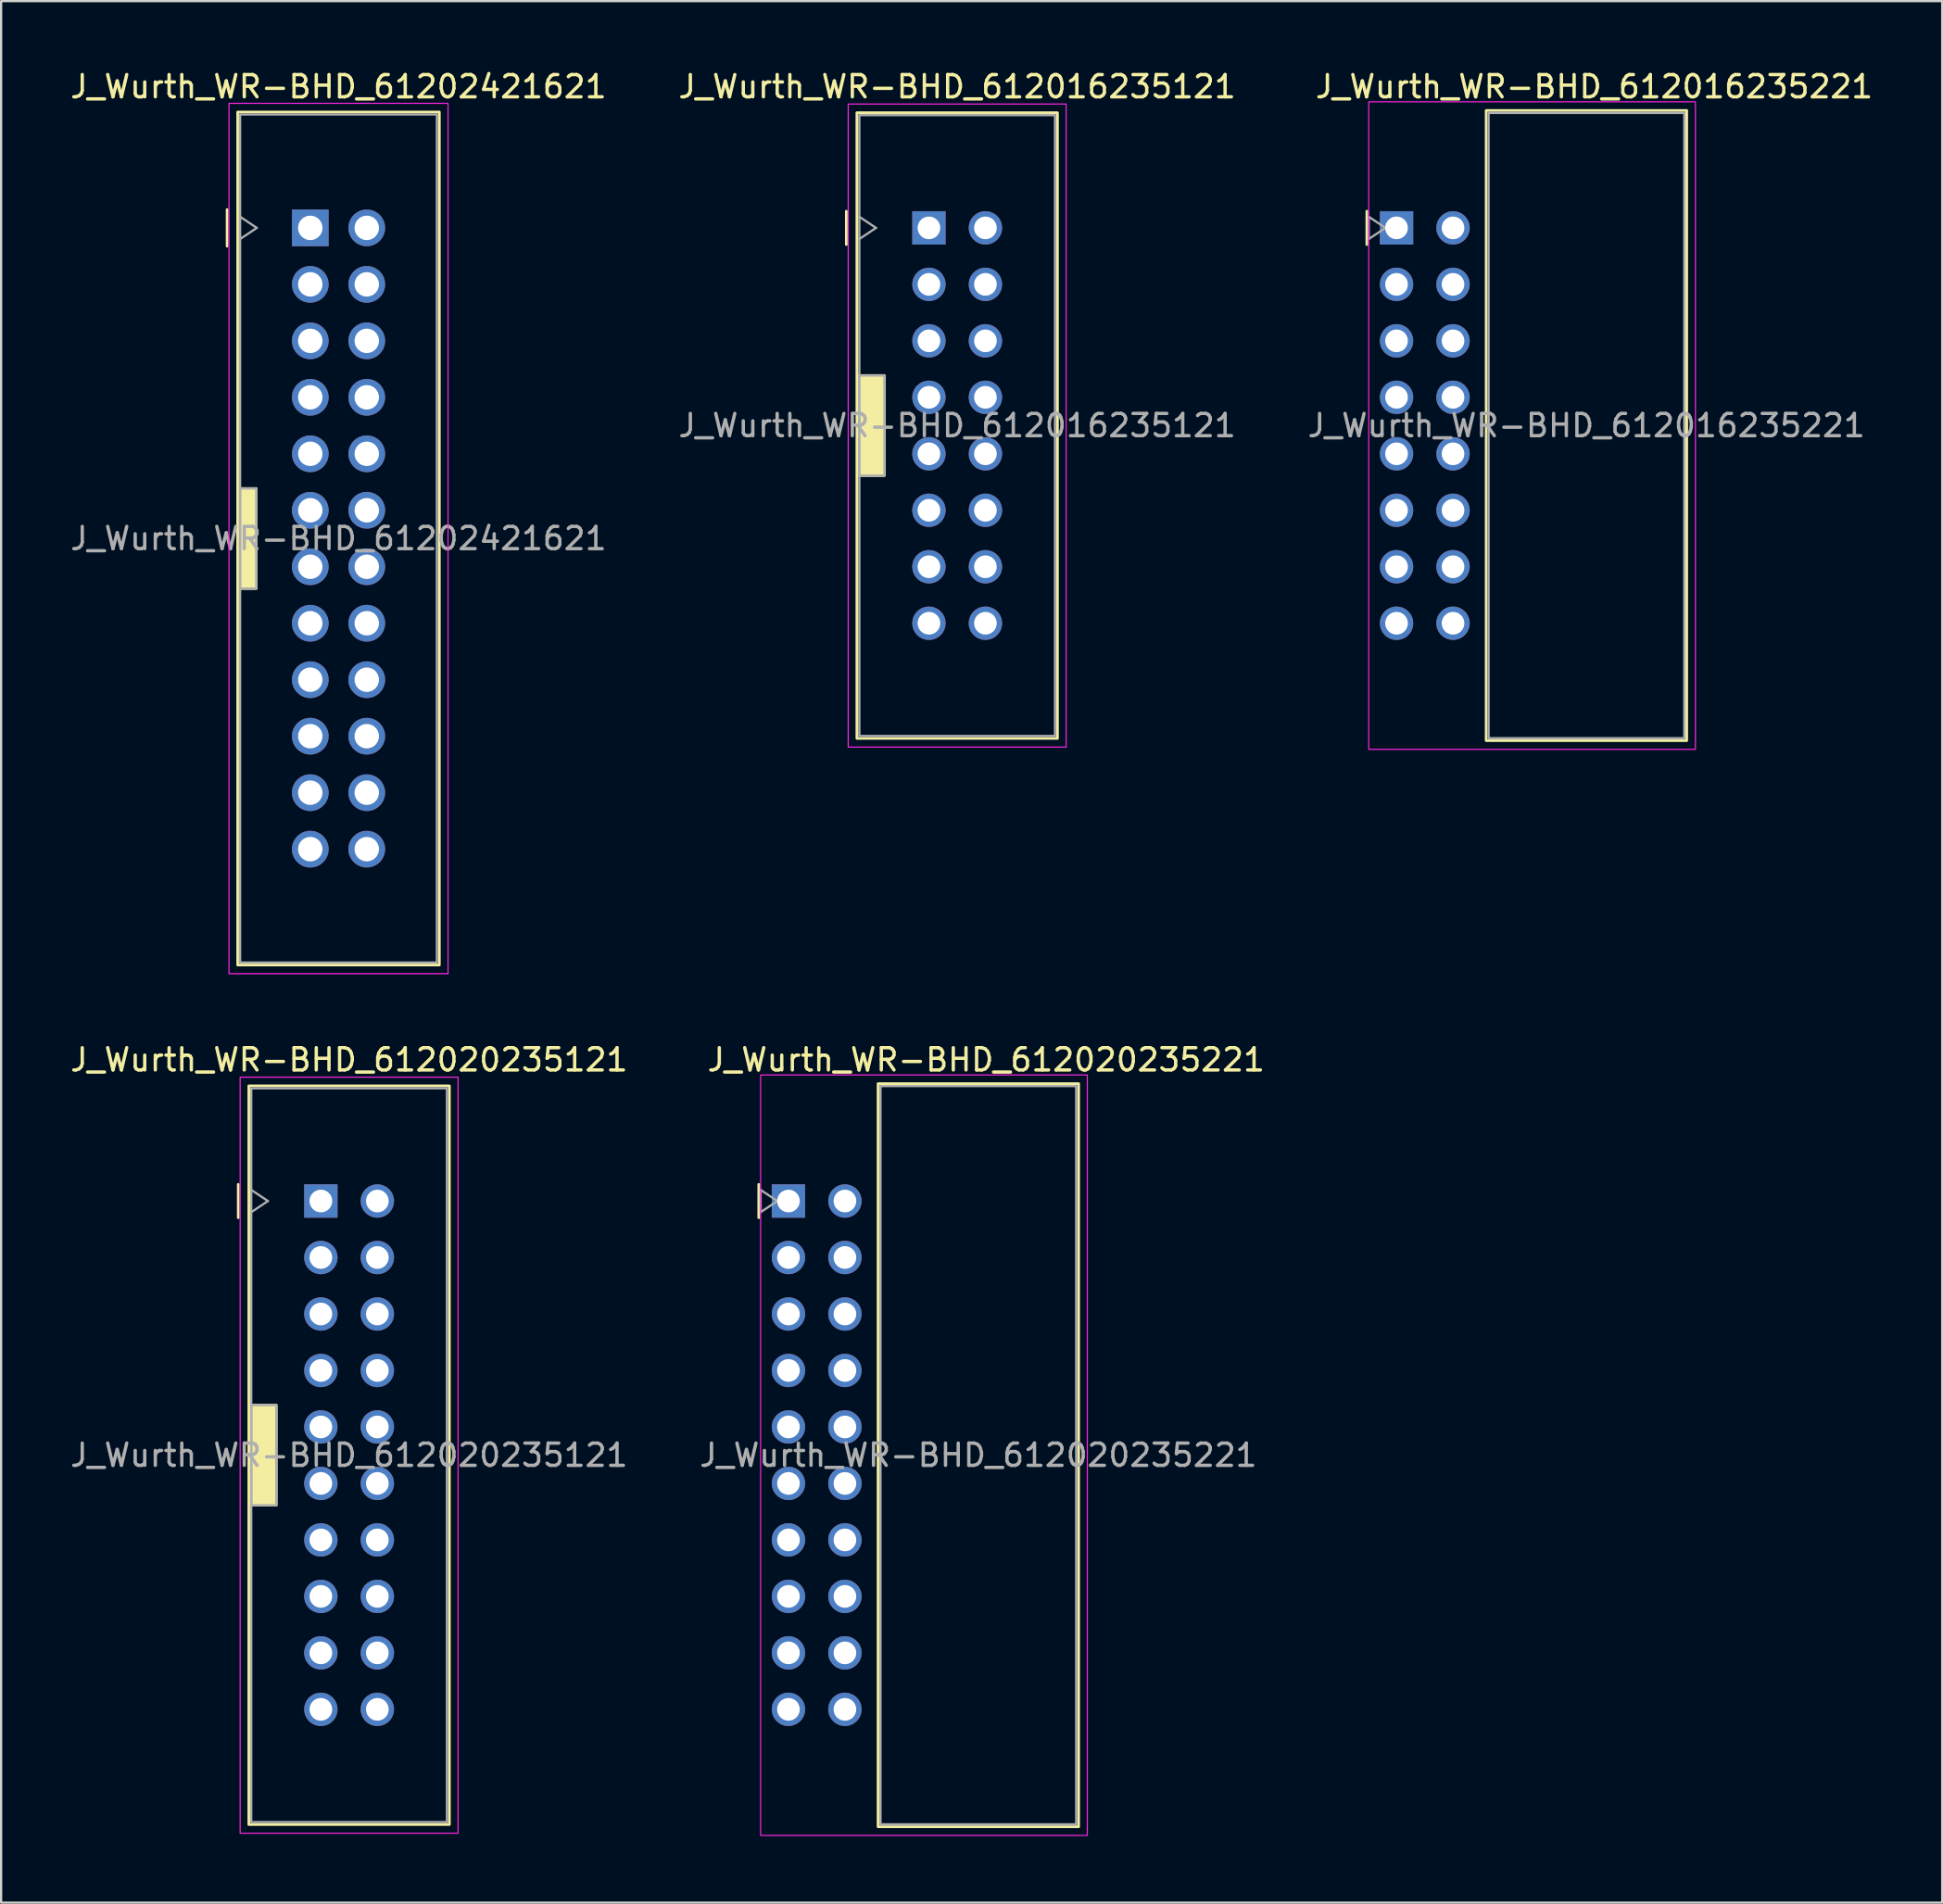
<source format=kicad_pcb>
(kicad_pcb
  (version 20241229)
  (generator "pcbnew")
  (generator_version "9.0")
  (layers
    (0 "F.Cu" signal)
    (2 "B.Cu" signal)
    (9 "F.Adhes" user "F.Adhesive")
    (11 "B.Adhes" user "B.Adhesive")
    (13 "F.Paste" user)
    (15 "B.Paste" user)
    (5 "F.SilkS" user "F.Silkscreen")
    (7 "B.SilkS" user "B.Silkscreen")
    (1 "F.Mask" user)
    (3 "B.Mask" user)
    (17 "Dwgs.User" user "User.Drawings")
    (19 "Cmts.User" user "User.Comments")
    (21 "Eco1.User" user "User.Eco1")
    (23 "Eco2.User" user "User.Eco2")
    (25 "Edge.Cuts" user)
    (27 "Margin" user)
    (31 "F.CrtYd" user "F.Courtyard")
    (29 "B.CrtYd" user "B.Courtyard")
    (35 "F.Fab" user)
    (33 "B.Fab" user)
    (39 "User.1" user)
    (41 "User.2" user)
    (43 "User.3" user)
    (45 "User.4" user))
  (footprint "J_Wurth_WR-BHD_612020235221"
    (layer "F.Cu")
    (at 32.406 50.962)
    (property "Reference" "J_Wurth_WR-BHD_612020235221" (at 8.89 -6.35 0) (unlocked yes) (layer "F.SilkS") (effects (font (size 1 1) (thickness 0.15))))
    (attr through_hole)
    (fp_line (start -1.335 0.75) (end -1.335 -0.75) (stroke (width 0.12) (type solid)) (layer "F.SilkS"))
    (fp_rect (start 4.03 -5.28) (end 13.05 28.14) (stroke (width 0.12) (type solid)) (fill no) (layer "F.SilkS"))
    (fp_rect (start -1.25 -5.67) (end 13.44 28.53) (stroke (width 0.05) (type solid)) (fill no) (layer "F.CrtYd"))
    (fp_line (start -1.25 0.5) (end -1.25 -0.5) (stroke (width 0.1) (type default)) (layer "F.Fab"))
    (fp_line (start -0.5 0) (end -1.25 -0.5) (stroke (width 0.1) (type solid)) (layer "F.Fab"))
    (fp_line (start -0.5 0) (end -1.25 0.5) (stroke (width 0.1) (type solid)) (layer "F.Fab"))
    (fp_rect (start 4.14 -5.17) (end 12.94 28.03) (stroke (width 0.1) (type solid)) (fill no) (layer "F.Fab"))
    (fp_text user "${REFERENCE}" (at 8.54 11.43 0) (unlocked yes) (layer "F.Fab") (effects (font (size 1 1) (thickness 0.15))))
    (pad "1" thru_hole rect (at 0 0 90) (size 1.5 1.5) (drill 1.02) (layers "*.Cu" "*.Mask"))
    (pad "2" thru_hole circle (at 2.54 0 90) (size 1.5 1.5) (drill 1.02) (layers "*.Cu" "*.Mask"))
    (pad "3" thru_hole circle (at 0 2.54 90) (size 1.5 1.5) (drill 1.02) (layers "*.Cu" "*.Mask"))
    (pad "4" thru_hole circle (at 2.54 2.54 90) (size 1.5 1.5) (drill 1.02) (layers "*.Cu" "*.Mask"))
    (pad "5" thru_hole circle (at 0 5.08 90) (size 1.5 1.5) (drill 1.02) (layers "*.Cu" "*.Mask"))
    (pad "6" thru_hole circle (at 2.54 5.08 90) (size 1.5 1.5) (drill 1.02) (layers "*.Cu" "*.Mask"))
    (pad "7" thru_hole circle (at 0 7.62 90) (size 1.5 1.5) (drill 1.02) (layers "*.Cu" "*.Mask"))
    (pad "8" thru_hole circle (at 2.54 7.62 90) (size 1.5 1.5) (drill 1.02) (layers "*.Cu" "*.Mask"))
    (pad "9" thru_hole circle (at 0 10.16 90) (size 1.5 1.5) (drill 1.02) (layers "*.Cu" "*.Mask"))
    (pad "10" thru_hole circle (at 2.54 10.16 90) (size 1.5 1.5) (drill 1.02) (layers "*.Cu" "*.Mask"))
    (pad "11" thru_hole circle (at 0 12.7 90) (size 1.5 1.5) (drill 1.02) (layers "*.Cu" "*.Mask"))
    (pad "12" thru_hole circle (at 2.54 12.7 90) (size 1.5 1.5) (drill 1.02) (layers "*.Cu" "*.Mask"))
    (pad "13" thru_hole circle (at 0 15.24 90) (size 1.5 1.5) (drill 1.02) (layers "*.Cu" "*.Mask"))
    (pad "14" thru_hole circle (at 2.54 15.24 90) (size 1.5 1.5) (drill 1.02) (layers "*.Cu" "*.Mask"))
    (pad "15" thru_hole circle (at 0 17.78 90) (size 1.5 1.5) (drill 1.02) (layers "*.Cu" "*.Mask"))
    (pad "16" thru_hole circle (at 2.54 17.78 90) (size 1.5 1.5) (drill 1.02) (layers "*.Cu" "*.Mask"))
    (pad "17" thru_hole circle (at 0 20.32 90) (size 1.5 1.5) (drill 1.02) (layers "*.Cu" "*.Mask"))
    (pad "18" thru_hole circle (at 2.54 20.32 90) (size 1.5 1.5) (drill 1.02) (layers "*.Cu" "*.Mask"))
    (pad "19" thru_hole circle (at 0 22.86 90) (size 1.5 1.5) (drill 1.02) (layers "*.Cu" "*.Mask"))
    (pad "20" thru_hole circle (at 2.54 22.86 90) (size 1.5 1.5) (drill 1.02) (layers "*.Cu" "*.Mask")))
  (footprint "J_Wurth_WR-BHD_612016235221"
    (layer "F.Cu")
    (at 59.752 7.198)
    (property "Reference" "J_Wurth_WR-BHD_612016235221" (at 8.89 -6.35 0) (unlocked yes) (layer "F.SilkS") (effects (font (size 1 1) (thickness 0.15))))
    (attr through_hole)
    (fp_line (start -1.335 0.75) (end -1.335 -0.75) (stroke (width 0.12) (type solid)) (layer "F.SilkS"))
    (fp_rect (start 4.03 -5.28) (end 13.05 23.06) (stroke (width 0.12) (type solid)) (fill no) (layer "F.SilkS"))
    (fp_rect (start -1.25 -5.67) (end 13.44 23.45) (stroke (width 0.05) (type solid)) (fill no) (layer "F.CrtYd"))
    (fp_line (start -1.25 0.5) (end -1.25 -0.5) (stroke (width 0.1) (type default)) (layer "F.Fab"))
    (fp_line (start -0.5 0) (end -1.25 -0.5) (stroke (width 0.1) (type solid)) (layer "F.Fab"))
    (fp_line (start -0.5 0) (end -1.25 0.5) (stroke (width 0.1) (type solid)) (layer "F.Fab"))
    (fp_rect (start 4.14 -5.17) (end 12.94 22.95) (stroke (width 0.1) (type solid)) (fill no) (layer "F.Fab"))
    (fp_text user "${REFERENCE}" (at 8.54 8.89 0) (unlocked yes) (layer "F.Fab") (effects (font (size 1 1) (thickness 0.15))))
    (pad "1" thru_hole rect (at 0 0 90) (size 1.5 1.5) (drill 1.02) (layers "*.Cu" "*.Mask"))
    (pad "2" thru_hole circle (at 2.54 0 90) (size 1.5 1.5) (drill 1.02) (layers "*.Cu" "*.Mask"))
    (pad "3" thru_hole circle (at 0 2.54 90) (size 1.5 1.5) (drill 1.02) (layers "*.Cu" "*.Mask"))
    (pad "4" thru_hole circle (at 2.54 2.54 90) (size 1.5 1.5) (drill 1.02) (layers "*.Cu" "*.Mask"))
    (pad "5" thru_hole circle (at 0 5.08 90) (size 1.5 1.5) (drill 1.02) (layers "*.Cu" "*.Mask"))
    (pad "6" thru_hole circle (at 2.54 5.08 90) (size 1.5 1.5) (drill 1.02) (layers "*.Cu" "*.Mask"))
    (pad "7" thru_hole circle (at 0 7.62 90) (size 1.5 1.5) (drill 1.02) (layers "*.Cu" "*.Mask"))
    (pad "8" thru_hole circle (at 2.54 7.62 90) (size 1.5 1.5) (drill 1.02) (layers "*.Cu" "*.Mask"))
    (pad "9" thru_hole circle (at 0 10.16 90) (size 1.5 1.5) (drill 1.02) (layers "*.Cu" "*.Mask"))
    (pad "10" thru_hole circle (at 2.54 10.16 90) (size 1.5 1.5) (drill 1.02) (layers "*.Cu" "*.Mask"))
    (pad "11" thru_hole circle (at 0 12.7 90) (size 1.5 1.5) (drill 1.02) (layers "*.Cu" "*.Mask"))
    (pad "12" thru_hole circle (at 2.54 12.7 90) (size 1.5 1.5) (drill 1.02) (layers "*.Cu" "*.Mask"))
    (pad "13" thru_hole circle (at 0 15.24 90) (size 1.5 1.5) (drill 1.02) (layers "*.Cu" "*.Mask"))
    (pad "14" thru_hole circle (at 2.54 15.24 90) (size 1.5 1.5) (drill 1.02) (layers "*.Cu" "*.Mask"))
    (pad "15" thru_hole circle (at 0 17.78 90) (size 1.5 1.5) (drill 1.02) (layers "*.Cu" "*.Mask"))
    (pad "16" thru_hole circle (at 2.54 17.78 90) (size 1.5 1.5) (drill 1.02) (layers "*.Cu" "*.Mask")))
  (footprint "J_Wurth_WR-BHD_612016235121"
    (layer "F.Cu")
    (at 38.724 7.198)
    (property "Reference" "J_Wurth_WR-BHD_612016235121" (at 1.27 -6.35 0) (unlocked yes) (layer "F.SilkS") (effects (font (size 1 1) (thickness 0.15))))
    (attr through_hole)
    (fp_line (start -3.715 -0.75) (end -3.715 0.75) (stroke (width 0.12) (type solid)) (layer "F.SilkS"))
    (fp_rect (start -3.24 -5.18) (end 5.78 22.96) (stroke (width 0.12) (type solid)) (fill no) (layer "F.SilkS"))
    (fp_rect (start -3.205 6.64) (end -2.005 11.14) (stroke (width 0.12) (type solid)) (fill yes) (layer "F.SilkS"))
    (fp_rect (start -3.63 -5.57) (end 6.17 23.35) (stroke (width 0.05) (type solid)) (fill no) (layer "F.CrtYd"))
    (fp_line (start -2.38 0) (end -3.13 -0.5) (stroke (width 0.1) (type solid)) (layer "F.Fab"))
    (fp_line (start -2.38 0) (end -3.13 0.5) (stroke (width 0.1) (type solid)) (layer "F.Fab"))
    (fp_rect (start -3.13 -5.07) (end 5.67 22.85) (stroke (width 0.1) (type solid)) (fill no) (layer "F.Fab"))
    (fp_rect (start -3.13 6.64) (end -2.005 11.14) (stroke (width 0.1) (type solid)) (fill no) (layer "F.Fab"))
    (fp_text user "${REFERENCE}" (at 1.27 8.89 0) (unlocked yes) (layer "F.Fab") (effects (font (size 1 1) (thickness 0.15))))
    (pad "1" thru_hole rect (at 0 0 270) (size 1.5 1.5) (drill 1.02) (layers "*.Cu" "*.Mask"))
    (pad "2" thru_hole circle (at 2.54 0 270) (size 1.5 1.5) (drill 1.02) (layers "*.Cu" "*.Mask"))
    (pad "3" thru_hole circle (at 0 2.54 270) (size 1.5 1.5) (drill 1.02) (layers "*.Cu" "*.Mask"))
    (pad "4" thru_hole circle (at 2.54 2.54 270) (size 1.5 1.5) (drill 1.02) (layers "*.Cu" "*.Mask"))
    (pad "5" thru_hole circle (at 0 5.08 270) (size 1.5 1.5) (drill 1.02) (layers "*.Cu" "*.Mask"))
    (pad "6" thru_hole circle (at 2.54 5.08 270) (size 1.5 1.5) (drill 1.02) (layers "*.Cu" "*.Mask"))
    (pad "7" thru_hole circle (at 0 7.62 270) (size 1.5 1.5) (drill 1.02) (layers "*.Cu" "*.Mask"))
    (pad "8" thru_hole circle (at 2.54 7.62 270) (size 1.5 1.5) (drill 1.02) (layers "*.Cu" "*.Mask"))
    (pad "9" thru_hole circle (at 0 10.16 270) (size 1.5 1.5) (drill 1.02) (layers "*.Cu" "*.Mask"))
    (pad "10" thru_hole circle (at 2.54 10.16 270) (size 1.5 1.5) (drill 1.02) (layers "*.Cu" "*.Mask"))
    (pad "11" thru_hole circle (at 0 12.7 270) (size 1.5 1.5) (drill 1.02) (layers "*.Cu" "*.Mask"))
    (pad "12" thru_hole circle (at 2.54 12.7 270) (size 1.5 1.5) (drill 1.02) (layers "*.Cu" "*.Mask"))
    (pad "13" thru_hole circle (at 0 15.24 270) (size 1.5 1.5) (drill 1.02) (layers "*.Cu" "*.Mask"))
    (pad "14" thru_hole circle (at 2.54 15.24 270) (size 1.5 1.5) (drill 1.02) (layers "*.Cu" "*.Mask"))
    (pad "15" thru_hole circle (at 0 17.78 270) (size 1.5 1.5) (drill 1.02) (layers "*.Cu" "*.Mask"))
    (pad "16" thru_hole circle (at 2.54 17.78 270) (size 1.5 1.5) (drill 1.02) (layers "*.Cu" "*.Mask")))
  (footprint "J_Wurth_WR-BHD_61202421621"
    (layer "F.Cu")
    (at 10.903 7.198)
    (property "Reference" "J_Wurth_WR-BHD_61202421621" (at 1.27 -6.35 0) (unlocked yes) (layer "F.SilkS") (effects (font (size 1 1) (thickness 0.15))))
    (attr through_hole)
    (fp_line (start -3.74 -0.825) (end -3.74 0.825) (stroke (width 0.12) (type solid)) (layer "F.SilkS"))
    (fp_rect (start -3.265 -5.21) (end 5.805 33.15) (stroke (width 0.12) (type solid)) (fill no) (layer "F.SilkS"))
    (fp_rect (start -3.155 11.72) (end -2.43 16.22) (stroke (width 0.12) (type solid)) (fill yes) (layer "F.SilkS"))
    (fp_rect (start -3.655 -5.6) (end 6.195 33.54) (stroke (width 0.05) (type solid)) (fill no) (layer "F.CrtYd"))
    (fp_line (start -2.405 0) (end -3.155 -0.5) (stroke (width 0.1) (type solid)) (layer "F.Fab"))
    (fp_line (start -2.405 0) (end -3.155 0.5) (stroke (width 0.1) (type solid)) (layer "F.Fab"))
    (fp_rect (start -3.155 11.72) (end -2.43 16.22) (stroke (width 0.1) (type solid)) (fill no) (layer "F.Fab"))
    (fp_rect (start -3.155 -5.1) (end 5.695 33.04) (stroke (width 0.1) (type solid)) (fill no) (layer "F.Fab"))
    (fp_text user "${REFERENCE}" (at 1.27 13.97 0) (unlocked yes) (layer "F.Fab") (effects (font (size 1 1) (thickness 0.15))))
    (pad "1" thru_hole rect (at 0 0 270) (size 1.65 1.65) (drill 1.1) (layers "*.Cu" "*.Mask"))
    (pad "2" thru_hole circle (at 2.54 0 270) (size 1.65 1.65) (drill 1.1) (layers "*.Cu" "*.Mask"))
    (pad "3" thru_hole circle (at 0 2.54 270) (size 1.65 1.65) (drill 1.1) (layers "*.Cu" "*.Mask"))
    (pad "4" thru_hole circle (at 2.54 2.54 270) (size 1.65 1.65) (drill 1.1) (layers "*.Cu" "*.Mask"))
    (pad "5" thru_hole circle (at 0 5.08 270) (size 1.65 1.65) (drill 1.1) (layers "*.Cu" "*.Mask"))
    (pad "6" thru_hole circle (at 2.54 5.08 270) (size 1.65 1.65) (drill 1.1) (layers "*.Cu" "*.Mask"))
    (pad "7" thru_hole circle (at 0 7.62 270) (size 1.65 1.65) (drill 1.1) (layers "*.Cu" "*.Mask"))
    (pad "8" thru_hole circle (at 2.54 7.62 270) (size 1.65 1.65) (drill 1.1) (layers "*.Cu" "*.Mask"))
    (pad "9" thru_hole circle (at 0 10.16 270) (size 1.65 1.65) (drill 1.1) (layers "*.Cu" "*.Mask"))
    (pad "10" thru_hole circle (at 2.54 10.16 270) (size 1.65 1.65) (drill 1.1) (layers "*.Cu" "*.Mask"))
    (pad "11" thru_hole circle (at 0 12.7 270) (size 1.65 1.65) (drill 1.1) (layers "*.Cu" "*.Mask"))
    (pad "12" thru_hole circle (at 2.54 12.7 270) (size 1.65 1.65) (drill 1.1) (layers "*.Cu" "*.Mask"))
    (pad "13" thru_hole circle (at 0 15.24 270) (size 1.65 1.65) (drill 1.1) (layers "*.Cu" "*.Mask"))
    (pad "14" thru_hole circle (at 2.54 15.24 270) (size 1.65 1.65) (drill 1.1) (layers "*.Cu" "*.Mask"))
    (pad "15" thru_hole circle (at 0 17.78 270) (size 1.65 1.65) (drill 1.1) (layers "*.Cu" "*.Mask"))
    (pad "16" thru_hole circle (at 2.54 17.78 270) (size 1.65 1.65) (drill 1.1) (layers "*.Cu" "*.Mask"))
    (pad "17" thru_hole circle (at 0 20.32 270) (size 1.65 1.65) (drill 1.1) (layers "*.Cu" "*.Mask"))
    (pad "18" thru_hole circle (at 2.54 20.32 270) (size 1.65 1.65) (drill 1.1) (layers "*.Cu" "*.Mask"))
    (pad "19" thru_hole circle (at 0 22.86 270) (size 1.65 1.65) (drill 1.1) (layers "*.Cu" "*.Mask"))
    (pad "20" thru_hole circle (at 2.54 22.86 270) (size 1.65 1.65) (drill 1.1) (layers "*.Cu" "*.Mask"))
    (pad "21" thru_hole circle (at 0 25.4 270) (size 1.65 1.65) (drill 1.1) (layers "*.Cu" "*.Mask"))
    (pad "22" thru_hole circle (at 2.54 25.4 270) (size 1.65 1.65) (drill 1.1) (layers "*.Cu" "*.Mask"))
    (pad "23" thru_hole circle (at 0 27.94 270) (size 1.65 1.65) (drill 1.1) (layers "*.Cu" "*.Mask"))
    (pad "24" thru_hole circle (at 2.54 27.94 270) (size 1.65 1.65) (drill 1.1) (layers "*.Cu" "*.Mask")))
  (footprint "J_Wurth_WR-BHD_612020235121"
    (layer "F.Cu")
    (at 11.379 50.962)
    (property "Reference" "J_Wurth_WR-BHD_612020235121" (at 1.27 -6.35 0) (unlocked yes) (layer "F.SilkS") (effects (font (size 1 1) (thickness 0.15))))
    (attr through_hole)
    (fp_line (start -3.715 -0.75) (end -3.715 0.75) (stroke (width 0.12) (type solid)) (layer "F.SilkS"))
    (fp_rect (start -3.24 -5.18) (end 5.78 28.04) (stroke (width 0.12) (type solid)) (fill no) (layer "F.SilkS"))
    (fp_rect (start -3.205 9.18) (end -2.005 13.68) (stroke (width 0.12) (type solid)) (fill yes) (layer "F.SilkS"))
    (fp_rect (start -3.63 -5.57) (end 6.17 28.43) (stroke (width 0.05) (type solid)) (fill no) (layer "F.CrtYd"))
    (fp_line (start -2.38 0) (end -3.13 -0.5) (stroke (width 0.1) (type solid)) (layer "F.Fab"))
    (fp_line (start -2.38 0) (end -3.13 0.5) (stroke (width 0.1) (type solid)) (layer "F.Fab"))
    (fp_rect (start -3.13 -5.07) (end 5.67 27.93) (stroke (width 0.1) (type solid)) (fill no) (layer "F.Fab"))
    (fp_rect (start -3.13 9.18) (end -2.005 13.68) (stroke (width 0.1) (type solid)) (fill no) (layer "F.Fab"))
    (fp_text user "${REFERENCE}" (at 1.27 11.43 0) (unlocked yes) (layer "F.Fab") (effects (font (size 1 1) (thickness 0.15))))
    (pad "1" thru_hole rect (at 0 0 270) (size 1.5 1.5) (drill 1.02) (layers "*.Cu" "*.Mask"))
    (pad "2" thru_hole circle (at 2.54 0 270) (size 1.5 1.5) (drill 1.02) (layers "*.Cu" "*.Mask"))
    (pad "3" thru_hole circle (at 0 2.54 270) (size 1.5 1.5) (drill 1.02) (layers "*.Cu" "*.Mask"))
    (pad "4" thru_hole circle (at 2.54 2.54 270) (size 1.5 1.5) (drill 1.02) (layers "*.Cu" "*.Mask"))
    (pad "5" thru_hole circle (at 0 5.08 270) (size 1.5 1.5) (drill 1.02) (layers "*.Cu" "*.Mask"))
    (pad "6" thru_hole circle (at 2.54 5.08 270) (size 1.5 1.5) (drill 1.02) (layers "*.Cu" "*.Mask"))
    (pad "7" thru_hole circle (at 0 7.62 270) (size 1.5 1.5) (drill 1.02) (layers "*.Cu" "*.Mask"))
    (pad "8" thru_hole circle (at 2.54 7.62 270) (size 1.5 1.5) (drill 1.02) (layers "*.Cu" "*.Mask"))
    (pad "9" thru_hole circle (at 0 10.16 270) (size 1.5 1.5) (drill 1.02) (layers "*.Cu" "*.Mask"))
    (pad "10" thru_hole circle (at 2.54 10.16 270) (size 1.5 1.5) (drill 1.02) (layers "*.Cu" "*.Mask"))
    (pad "11" thru_hole circle (at 0 12.7 270) (size 1.5 1.5) (drill 1.02) (layers "*.Cu" "*.Mask"))
    (pad "12" thru_hole circle (at 2.54 12.7 270) (size 1.5 1.5) (drill 1.02) (layers "*.Cu" "*.Mask"))
    (pad "13" thru_hole circle (at 0 15.24 270) (size 1.5 1.5) (drill 1.02) (layers "*.Cu" "*.Mask"))
    (pad "14" thru_hole circle (at 2.54 15.24 270) (size 1.5 1.5) (drill 1.02) (layers "*.Cu" "*.Mask"))
    (pad "15" thru_hole circle (at 0 17.78 270) (size 1.5 1.5) (drill 1.02) (layers "*.Cu" "*.Mask"))
    (pad "16" thru_hole circle (at 2.54 17.78 270) (size 1.5 1.5) (drill 1.02) (layers "*.Cu" "*.Mask"))
    (pad "17" thru_hole circle (at 0 20.32 270) (size 1.5 1.5) (drill 1.02) (layers "*.Cu" "*.Mask"))
    (pad "18" thru_hole circle (at 2.54 20.32 270) (size 1.5 1.5) (drill 1.02) (layers "*.Cu" "*.Mask"))
    (pad "19" thru_hole circle (at 0 22.86 270) (size 1.5 1.5) (drill 1.02) (layers "*.Cu" "*.Mask"))
    (pad "20" thru_hole circle (at 2.54 22.86 270) (size 1.5 1.5) (drill 1.02) (layers "*.Cu" "*.Mask")))
  (gr_rect
    (start -3 -3)
    (end 84.29 82.516)
    (stroke (width 0.1) (type default))
    (fill no)
    (layer "Edge.Cuts")))
</source>
